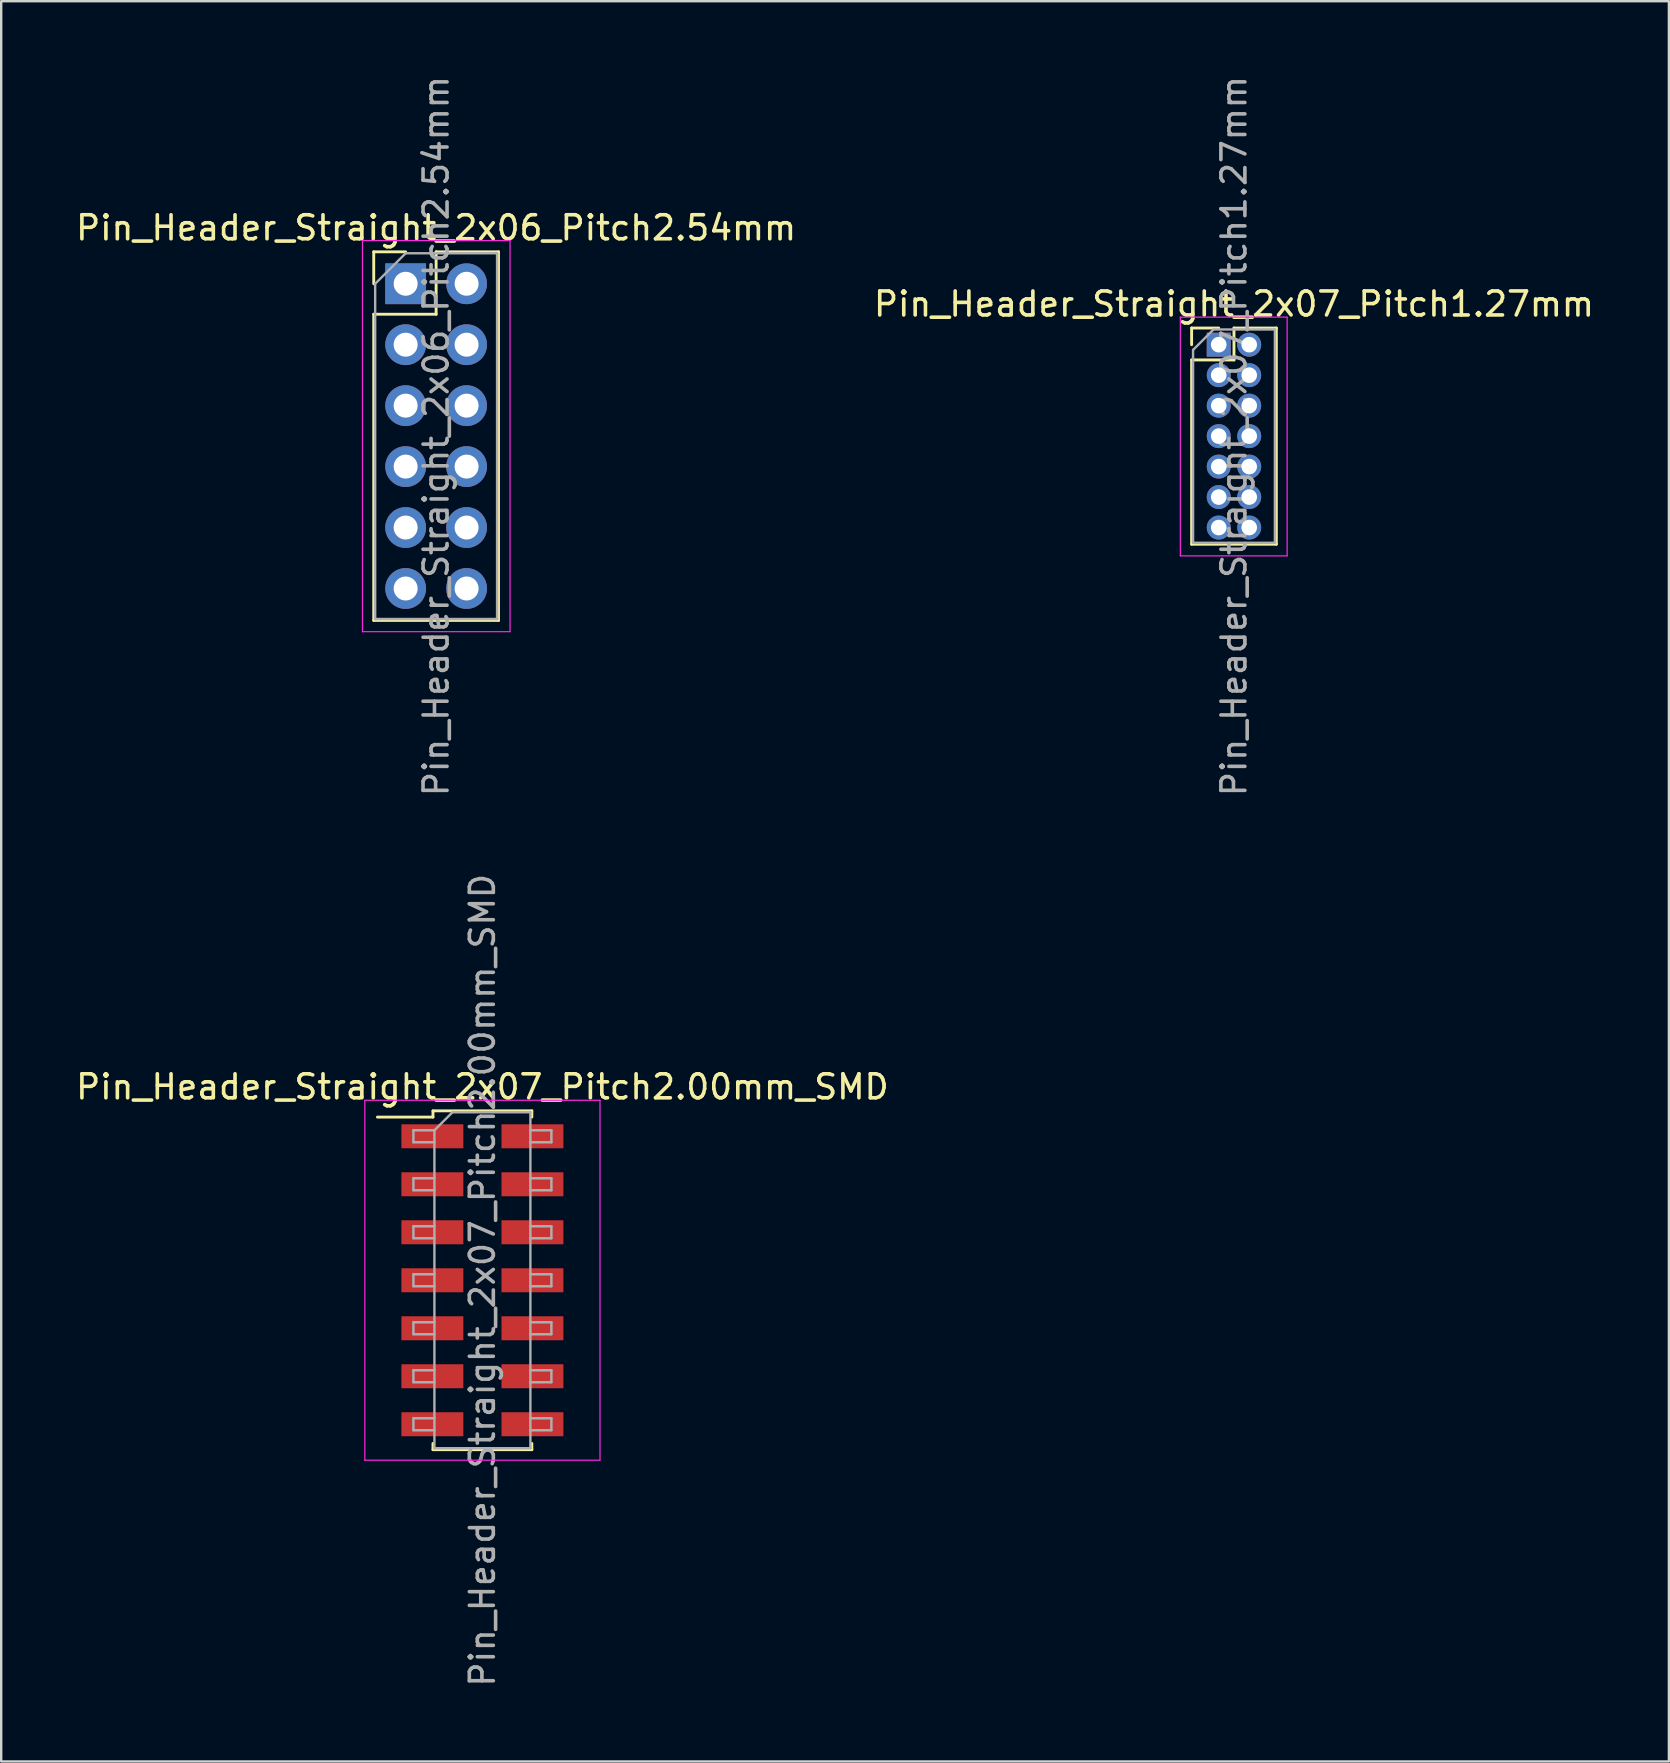
<source format=kicad_pcb>
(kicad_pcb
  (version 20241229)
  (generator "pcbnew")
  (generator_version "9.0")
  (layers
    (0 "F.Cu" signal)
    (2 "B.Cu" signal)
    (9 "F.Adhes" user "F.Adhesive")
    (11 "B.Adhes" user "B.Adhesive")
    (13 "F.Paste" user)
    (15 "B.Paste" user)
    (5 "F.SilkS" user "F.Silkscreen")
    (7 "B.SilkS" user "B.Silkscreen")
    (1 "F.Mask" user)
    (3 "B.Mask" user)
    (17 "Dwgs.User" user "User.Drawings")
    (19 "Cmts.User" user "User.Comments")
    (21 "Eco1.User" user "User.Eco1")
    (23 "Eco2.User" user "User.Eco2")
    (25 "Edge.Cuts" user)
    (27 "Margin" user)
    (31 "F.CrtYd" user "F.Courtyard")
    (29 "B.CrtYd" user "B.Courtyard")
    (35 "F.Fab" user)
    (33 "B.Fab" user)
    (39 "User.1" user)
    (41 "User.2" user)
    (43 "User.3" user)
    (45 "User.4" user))
  (footprint "Pin_Header_Straight_2x07_Pitch2.00mm_SMD"
    (layer "F.Cu")
    (at 17.054 50.304)
    (property "Reference" "Pin_Header_Straight_2x07_Pitch2.00mm_SMD" (at 0 -8.06 0) (layer "F.SilkS") (effects (font (size 1 1) (thickness 0.15))))
    (attr smd)
    (fp_line (start -4.375 -6.8) (end -2.06 -6.8) (stroke (width 0.12) (type solid)) (layer "F.SilkS"))
    (fp_line (start -2.06 -7.06) (end 2.06 -7.06) (stroke (width 0.12) (type solid)) (layer "F.SilkS"))
    (fp_line (start -2.06 -6.8) (end -2.06 -7.06) (stroke (width 0.12) (type solid)) (layer "F.SilkS"))
    (fp_line (start -2.06 6.8) (end -2.06 7.06) (stroke (width 0.12) (type solid)) (layer "F.SilkS"))
    (fp_line (start -2.06 7.06) (end 2.06 7.06) (stroke (width 0.12) (type solid)) (layer "F.SilkS"))
    (fp_line (start 2.06 -7.06) (end 2.06 -6.8) (stroke (width 0.12) (type solid)) (layer "F.SilkS"))
    (fp_line (start 2.06 7.06) (end 2.06 6.8) (stroke (width 0.12) (type solid)) (layer "F.SilkS"))
    (fp_line (start -4.9 -7.5) (end -4.9 7.5) (stroke (width 0.05) (type solid)) (layer "F.CrtYd"))
    (fp_line (start -4.9 7.5) (end 4.9 7.5) (stroke (width 0.05) (type solid)) (layer "F.CrtYd"))
    (fp_line (start 4.9 -7.5) (end -4.9 -7.5) (stroke (width 0.05) (type solid)) (layer "F.CrtYd"))
    (fp_line (start 4.9 7.5) (end 4.9 -7.5) (stroke (width 0.05) (type solid)) (layer "F.CrtYd"))
    (fp_line (start -2.875 -6.25) (end -2.875 -5.75) (stroke (width 0.1) (type solid)) (layer "F.Fab"))
    (fp_line (start -2.875 -5.75) (end -2 -5.75) (stroke (width 0.1) (type solid)) (layer "F.Fab"))
    (fp_line (start -2.875 -4.25) (end -2.875 -3.75) (stroke (width 0.1) (type solid)) (layer "F.Fab"))
    (fp_line (start -2.875 -3.75) (end -2 -3.75) (stroke (width 0.1) (type solid)) (layer "F.Fab"))
    (fp_line (start -2.875 -2.25) (end -2.875 -1.75) (stroke (width 0.1) (type solid)) (layer "F.Fab"))
    (fp_line (start -2.875 -1.75) (end -2 -1.75) (stroke (width 0.1) (type solid)) (layer "F.Fab"))
    (fp_line (start -2.875 -0.25) (end -2.875 0.25) (stroke (width 0.1) (type solid)) (layer "F.Fab"))
    (fp_line (start -2.875 0.25) (end -2 0.25) (stroke (width 0.1) (type solid)) (layer "F.Fab"))
    (fp_line (start -2.875 1.75) (end -2.875 2.25) (stroke (width 0.1) (type solid)) (layer "F.Fab"))
    (fp_line (start -2.875 2.25) (end -2 2.25) (stroke (width 0.1) (type solid)) (layer "F.Fab"))
    (fp_line (start -2.875 3.75) (end -2.875 4.25) (stroke (width 0.1) (type solid)) (layer "F.Fab"))
    (fp_line (start -2.875 4.25) (end -2 4.25) (stroke (width 0.1) (type solid)) (layer "F.Fab"))
    (fp_line (start -2.875 5.75) (end -2.875 6.25) (stroke (width 0.1) (type solid)) (layer "F.Fab"))
    (fp_line (start -2.875 6.25) (end -2 6.25) (stroke (width 0.1) (type solid)) (layer "F.Fab"))
    (fp_line (start -2 -6.25) (end -2.875 -6.25) (stroke (width 0.1) (type solid)) (layer "F.Fab"))
    (fp_line (start -2 -6.25) (end -1.25 -7) (stroke (width 0.1) (type solid)) (layer "F.Fab"))
    (fp_line (start -2 -4.25) (end -2.875 -4.25) (stroke (width 0.1) (type solid)) (layer "F.Fab"))
    (fp_line (start -2 -2.25) (end -2.875 -2.25) (stroke (width 0.1) (type solid)) (layer "F.Fab"))
    (fp_line (start -2 -0.25) (end -2.875 -0.25) (stroke (width 0.1) (type solid)) (layer "F.Fab"))
    (fp_line (start -2 1.75) (end -2.875 1.75) (stroke (width 0.1) (type solid)) (layer "F.Fab"))
    (fp_line (start -2 3.75) (end -2.875 3.75) (stroke (width 0.1) (type solid)) (layer "F.Fab"))
    (fp_line (start -2 5.75) (end -2.875 5.75) (stroke (width 0.1) (type solid)) (layer "F.Fab"))
    (fp_line (start -2 7) (end -2 -6.25) (stroke (width 0.1) (type solid)) (layer "F.Fab"))
    (fp_line (start -1.25 -7) (end 2 -7) (stroke (width 0.1) (type solid)) (layer "F.Fab"))
    (fp_line (start 2 -7) (end 2 7) (stroke (width 0.1) (type solid)) (layer "F.Fab"))
    (fp_line (start 2 -6.25) (end 2.875 -6.25) (stroke (width 0.1) (type solid)) (layer "F.Fab"))
    (fp_line (start 2 -4.25) (end 2.875 -4.25) (stroke (width 0.1) (type solid)) (layer "F.Fab"))
    (fp_line (start 2 -2.25) (end 2.875 -2.25) (stroke (width 0.1) (type solid)) (layer "F.Fab"))
    (fp_line (start 2 -0.25) (end 2.875 -0.25) (stroke (width 0.1) (type solid)) (layer "F.Fab"))
    (fp_line (start 2 1.75) (end 2.875 1.75) (stroke (width 0.1) (type solid)) (layer "F.Fab"))
    (fp_line (start 2 3.75) (end 2.875 3.75) (stroke (width 0.1) (type solid)) (layer "F.Fab"))
    (fp_line (start 2 5.75) (end 2.875 5.75) (stroke (width 0.1) (type solid)) (layer "F.Fab"))
    (fp_line (start 2 7) (end -2 7) (stroke (width 0.1) (type solid)) (layer "F.Fab"))
    (fp_line (start 2.875 -6.25) (end 2.875 -5.75) (stroke (width 0.1) (type solid)) (layer "F.Fab"))
    (fp_line (start 2.875 -5.75) (end 2 -5.75) (stroke (width 0.1) (type solid)) (layer "F.Fab"))
    (fp_line (start 2.875 -4.25) (end 2.875 -3.75) (stroke (width 0.1) (type solid)) (layer "F.Fab"))
    (fp_line (start 2.875 -3.75) (end 2 -3.75) (stroke (width 0.1) (type solid)) (layer "F.Fab"))
    (fp_line (start 2.875 -2.25) (end 2.875 -1.75) (stroke (width 0.1) (type solid)) (layer "F.Fab"))
    (fp_line (start 2.875 -1.75) (end 2 -1.75) (stroke (width 0.1) (type solid)) (layer "F.Fab"))
    (fp_line (start 2.875 -0.25) (end 2.875 0.25) (stroke (width 0.1) (type solid)) (layer "F.Fab"))
    (fp_line (start 2.875 0.25) (end 2 0.25) (stroke (width 0.1) (type solid)) (layer "F.Fab"))
    (fp_line (start 2.875 1.75) (end 2.875 2.25) (stroke (width 0.1) (type solid)) (layer "F.Fab"))
    (fp_line (start 2.875 2.25) (end 2 2.25) (stroke (width 0.1) (type solid)) (layer "F.Fab"))
    (fp_line (start 2.875 3.75) (end 2.875 4.25) (stroke (width 0.1) (type solid)) (layer "F.Fab"))
    (fp_line (start 2.875 4.25) (end 2 4.25) (stroke (width 0.1) (type solid)) (layer "F.Fab"))
    (fp_line (start 2.875 5.75) (end 2.875 6.25) (stroke (width 0.1) (type solid)) (layer "F.Fab"))
    (fp_line (start 2.875 6.25) (end 2 6.25) (stroke (width 0.1) (type solid)) (layer "F.Fab"))
    (fp_text user "${REFERENCE}" (at 0 0 90) (layer "F.Fab") (effects (font (size 1 1) (thickness 0.15))))
    (pad "1" smd rect (at -2.085 -6) (size 2.58 1) (layers "F.Cu" "F.Mask" "F.Paste"))
    (pad "2" smd rect (at 2.085 -6) (size 2.58 1) (layers "F.Cu" "F.Mask" "F.Paste"))
    (pad "3" smd rect (at -2.085 -4) (size 2.58 1) (layers "F.Cu" "F.Mask" "F.Paste"))
    (pad "4" smd rect (at 2.085 -4) (size 2.58 1) (layers "F.Cu" "F.Mask" "F.Paste"))
    (pad "5" smd rect (at -2.085 -2) (size 2.58 1) (layers "F.Cu" "F.Mask" "F.Paste"))
    (pad "6" smd rect (at 2.085 -2) (size 2.58 1) (layers "F.Cu" "F.Mask" "F.Paste"))
    (pad "7" smd rect (at -2.085 0) (size 2.58 1) (layers "F.Cu" "F.Mask" "F.Paste"))
    (pad "8" smd rect (at 2.085 0) (size 2.58 1) (layers "F.Cu" "F.Mask" "F.Paste"))
    (pad "9" smd rect (at -2.085 2) (size 2.58 1) (layers "F.Cu" "F.Mask" "F.Paste"))
    (pad "10" smd rect (at 2.085 2) (size 2.58 1) (layers "F.Cu" "F.Mask" "F.Paste"))
    (pad "11" smd rect (at -2.085 4) (size 2.58 1) (layers "F.Cu" "F.Mask" "F.Paste"))
    (pad "12" smd rect (at 2.085 4) (size 2.58 1) (layers "F.Cu" "F.Mask" "F.Paste"))
    (pad "13" smd rect (at -2.085 6) (size 2.58 1) (layers "F.Cu" "F.Mask" "F.Paste"))
    (pad "14" smd rect (at 2.085 6) (size 2.58 1) (layers "F.Cu" "F.Mask" "F.Paste")))
  (footprint "Pin_Header_Straight_2x07_Pitch1.27mm"
    (layer "F.Cu")
    (at 47.74 11.315)
    (property "Reference" "Pin_Header_Straight_2x07_Pitch1.27mm" (at 0.635 -1.695 0) (layer "F.SilkS") (effects (font (size 1 1) (thickness 0.15))))
    (attr through_hole)
    (fp_line (start -1.13 -0.695) (end 0 -0.695) (stroke (width 0.12) (type solid)) (layer "F.SilkS"))
    (fp_line (start -1.13 0) (end -1.13 -0.695) (stroke (width 0.12) (type solid)) (layer "F.SilkS"))
    (fp_line (start -1.13 0.635) (end -1.13 8.315) (stroke (width 0.12) (type solid)) (layer "F.SilkS"))
    (fp_line (start -1.13 8.315) (end 2.4 8.315) (stroke (width 0.12) (type solid)) (layer "F.SilkS"))
    (fp_line (start 0.635 -0.695) (end 0.635 0.635) (stroke (width 0.12) (type solid)) (layer "F.SilkS"))
    (fp_line (start 0.635 0.635) (end -1.13 0.635) (stroke (width 0.12) (type solid)) (layer "F.SilkS"))
    (fp_line (start 2.4 -0.695) (end 0.635 -0.695) (stroke (width 0.12) (type solid)) (layer "F.SilkS"))
    (fp_line (start 2.4 8.315) (end 2.4 -0.695) (stroke (width 0.12) (type solid)) (layer "F.SilkS"))
    (fp_line (start -1.6 -1.15) (end -1.6 8.8) (stroke (width 0.05) (type solid)) (layer "F.CrtYd"))
    (fp_line (start -1.6 8.8) (end 2.85 8.8) (stroke (width 0.05) (type solid)) (layer "F.CrtYd"))
    (fp_line (start 2.85 -1.15) (end -1.6 -1.15) (stroke (width 0.05) (type solid)) (layer "F.CrtYd"))
    (fp_line (start 2.85 8.8) (end 2.85 -1.15) (stroke (width 0.05) (type solid)) (layer "F.CrtYd"))
    (fp_line (start -1.07 0.217) (end -0.217 -0.635) (stroke (width 0.1) (type solid)) (layer "F.Fab"))
    (fp_line (start -1.07 8.255) (end -1.07 0.217) (stroke (width 0.1) (type solid)) (layer "F.Fab"))
    (fp_line (start -0.217 -0.635) (end 2.34 -0.635) (stroke (width 0.1) (type solid)) (layer "F.Fab"))
    (fp_line (start 2.34 -0.635) (end 2.34 8.255) (stroke (width 0.1) (type solid)) (layer "F.Fab"))
    (fp_line (start 2.34 8.255) (end -1.07 8.255) (stroke (width 0.1) (type solid)) (layer "F.Fab"))
    (fp_text user "${REFERENCE}" (at 0.635 3.81 90) (layer "F.Fab") (effects (font (size 1 1) (thickness 0.15))))
    (pad "1" thru_hole rect (at 0 0) (size 1 1) (drill 0.65) (layers "*.Cu" "*.Mask"))
    (pad "2" thru_hole oval (at 1.27 0) (size 1 1) (drill 0.65) (layers "*.Cu" "*.Mask"))
    (pad "3" thru_hole oval (at 0 1.27) (size 1 1) (drill 0.65) (layers "*.Cu" "*.Mask"))
    (pad "4" thru_hole oval (at 1.27 1.27) (size 1 1) (drill 0.65) (layers "*.Cu" "*.Mask"))
    (pad "5" thru_hole oval (at 0 2.54) (size 1 1) (drill 0.65) (layers "*.Cu" "*.Mask"))
    (pad "6" thru_hole oval (at 1.27 2.54) (size 1 1) (drill 0.65) (layers "*.Cu" "*.Mask"))
    (pad "7" thru_hole oval (at 0 3.81) (size 1 1) (drill 0.65) (layers "*.Cu" "*.Mask"))
    (pad "8" thru_hole oval (at 1.27 3.81) (size 1 1) (drill 0.65) (layers "*.Cu" "*.Mask"))
    (pad "9" thru_hole oval (at 0 5.08) (size 1 1) (drill 0.65) (layers "*.Cu" "*.Mask"))
    (pad "10" thru_hole oval (at 1.27 5.08) (size 1 1) (drill 0.65) (layers "*.Cu" "*.Mask"))
    (pad "11" thru_hole oval (at 0 6.35) (size 1 1) (drill 0.65) (layers "*.Cu" "*.Mask"))
    (pad "12" thru_hole oval (at 1.27 6.35) (size 1 1) (drill 0.65) (layers "*.Cu" "*.Mask"))
    (pad "13" thru_hole oval (at 0 7.62) (size 1 1) (drill 0.65) (layers "*.Cu" "*.Mask"))
    (pad "14" thru_hole oval (at 1.27 7.62) (size 1 1) (drill 0.65) (layers "*.Cu" "*.Mask")))
  (footprint "Pin_Header_Straight_2x06_Pitch2.54mm"
    (layer "F.Cu")
    (at 13.855 8.775)
    (property "Reference" "Pin_Header_Straight_2x06_Pitch2.54mm" (at 1.27 -2.33 0) (layer "F.SilkS") (effects (font (size 1 1) (thickness 0.15))))
    (attr through_hole)
    (fp_line (start -1.33 -1.33) (end 0 -1.33) (stroke (width 0.12) (type solid)) (layer "F.SilkS"))
    (fp_line (start -1.33 0) (end -1.33 -1.33) (stroke (width 0.12) (type solid)) (layer "F.SilkS"))
    (fp_line (start -1.33 1.27) (end -1.33 14.03) (stroke (width 0.12) (type solid)) (layer "F.SilkS"))
    (fp_line (start -1.33 14.03) (end 3.87 14.03) (stroke (width 0.12) (type solid)) (layer "F.SilkS"))
    (fp_line (start 1.27 -1.33) (end 1.27 1.27) (stroke (width 0.12) (type solid)) (layer "F.SilkS"))
    (fp_line (start 1.27 1.27) (end -1.33 1.27) (stroke (width 0.12) (type solid)) (layer "F.SilkS"))
    (fp_line (start 3.87 -1.33) (end 1.27 -1.33) (stroke (width 0.12) (type solid)) (layer "F.SilkS"))
    (fp_line (start 3.87 14.03) (end 3.87 -1.33) (stroke (width 0.12) (type solid)) (layer "F.SilkS"))
    (fp_line (start -1.8 -1.8) (end -1.8 14.5) (stroke (width 0.05) (type solid)) (layer "F.CrtYd"))
    (fp_line (start -1.8 14.5) (end 4.35 14.5) (stroke (width 0.05) (type solid)) (layer "F.CrtYd"))
    (fp_line (start 4.35 -1.8) (end -1.8 -1.8) (stroke (width 0.05) (type solid)) (layer "F.CrtYd"))
    (fp_line (start 4.35 14.5) (end 4.35 -1.8) (stroke (width 0.05) (type solid)) (layer "F.CrtYd"))
    (fp_line (start -1.27 0) (end 0 -1.27) (stroke (width 0.1) (type solid)) (layer "F.Fab"))
    (fp_line (start -1.27 13.97) (end -1.27 0) (stroke (width 0.1) (type solid)) (layer "F.Fab"))
    (fp_line (start 0 -1.27) (end 3.81 -1.27) (stroke (width 0.1) (type solid)) (layer "F.Fab"))
    (fp_line (start 3.81 -1.27) (end 3.81 13.97) (stroke (width 0.1) (type solid)) (layer "F.Fab"))
    (fp_line (start 3.81 13.97) (end -1.27 13.97) (stroke (width 0.1) (type solid)) (layer "F.Fab"))
    (fp_text user "${REFERENCE}" (at 1.27 6.35 90) (layer "F.Fab") (effects (font (size 1 1) (thickness 0.15))))
    (pad "1" thru_hole rect (at 0 0) (size 1.7 1.7) (drill 1) (layers "*.Cu" "*.Mask"))
    (pad "2" thru_hole oval (at 2.54 0) (size 1.7 1.7) (drill 1) (layers "*.Cu" "*.Mask"))
    (pad "3" thru_hole oval (at 0 2.54) (size 1.7 1.7) (drill 1) (layers "*.Cu" "*.Mask"))
    (pad "4" thru_hole oval (at 2.54 2.54) (size 1.7 1.7) (drill 1) (layers "*.Cu" "*.Mask"))
    (pad "5" thru_hole oval (at 0 5.08) (size 1.7 1.7) (drill 1) (layers "*.Cu" "*.Mask"))
    (pad "6" thru_hole oval (at 2.54 5.08) (size 1.7 1.7) (drill 1) (layers "*.Cu" "*.Mask"))
    (pad "7" thru_hole oval (at 0 7.62) (size 1.7 1.7) (drill 1) (layers "*.Cu" "*.Mask"))
    (pad "8" thru_hole oval (at 2.54 7.62) (size 1.7 1.7) (drill 1) (layers "*.Cu" "*.Mask"))
    (pad "9" thru_hole oval (at 0 10.16) (size 1.7 1.7) (drill 1) (layers "*.Cu" "*.Mask"))
    (pad "10" thru_hole oval (at 2.54 10.16) (size 1.7 1.7) (drill 1) (layers "*.Cu" "*.Mask"))
    (pad "11" thru_hole oval (at 0 12.7) (size 1.7 1.7) (drill 1) (layers "*.Cu" "*.Mask"))
    (pad "12" thru_hole oval (at 2.54 12.7) (size 1.7 1.7) (drill 1) (layers "*.Cu" "*.Mask")))
  (gr_rect
    (start -3 -3)
    (end 66.5 70.357)
    (stroke (width 0.1) (type default))
    (fill no)
    (layer "Edge.Cuts")))
</source>
